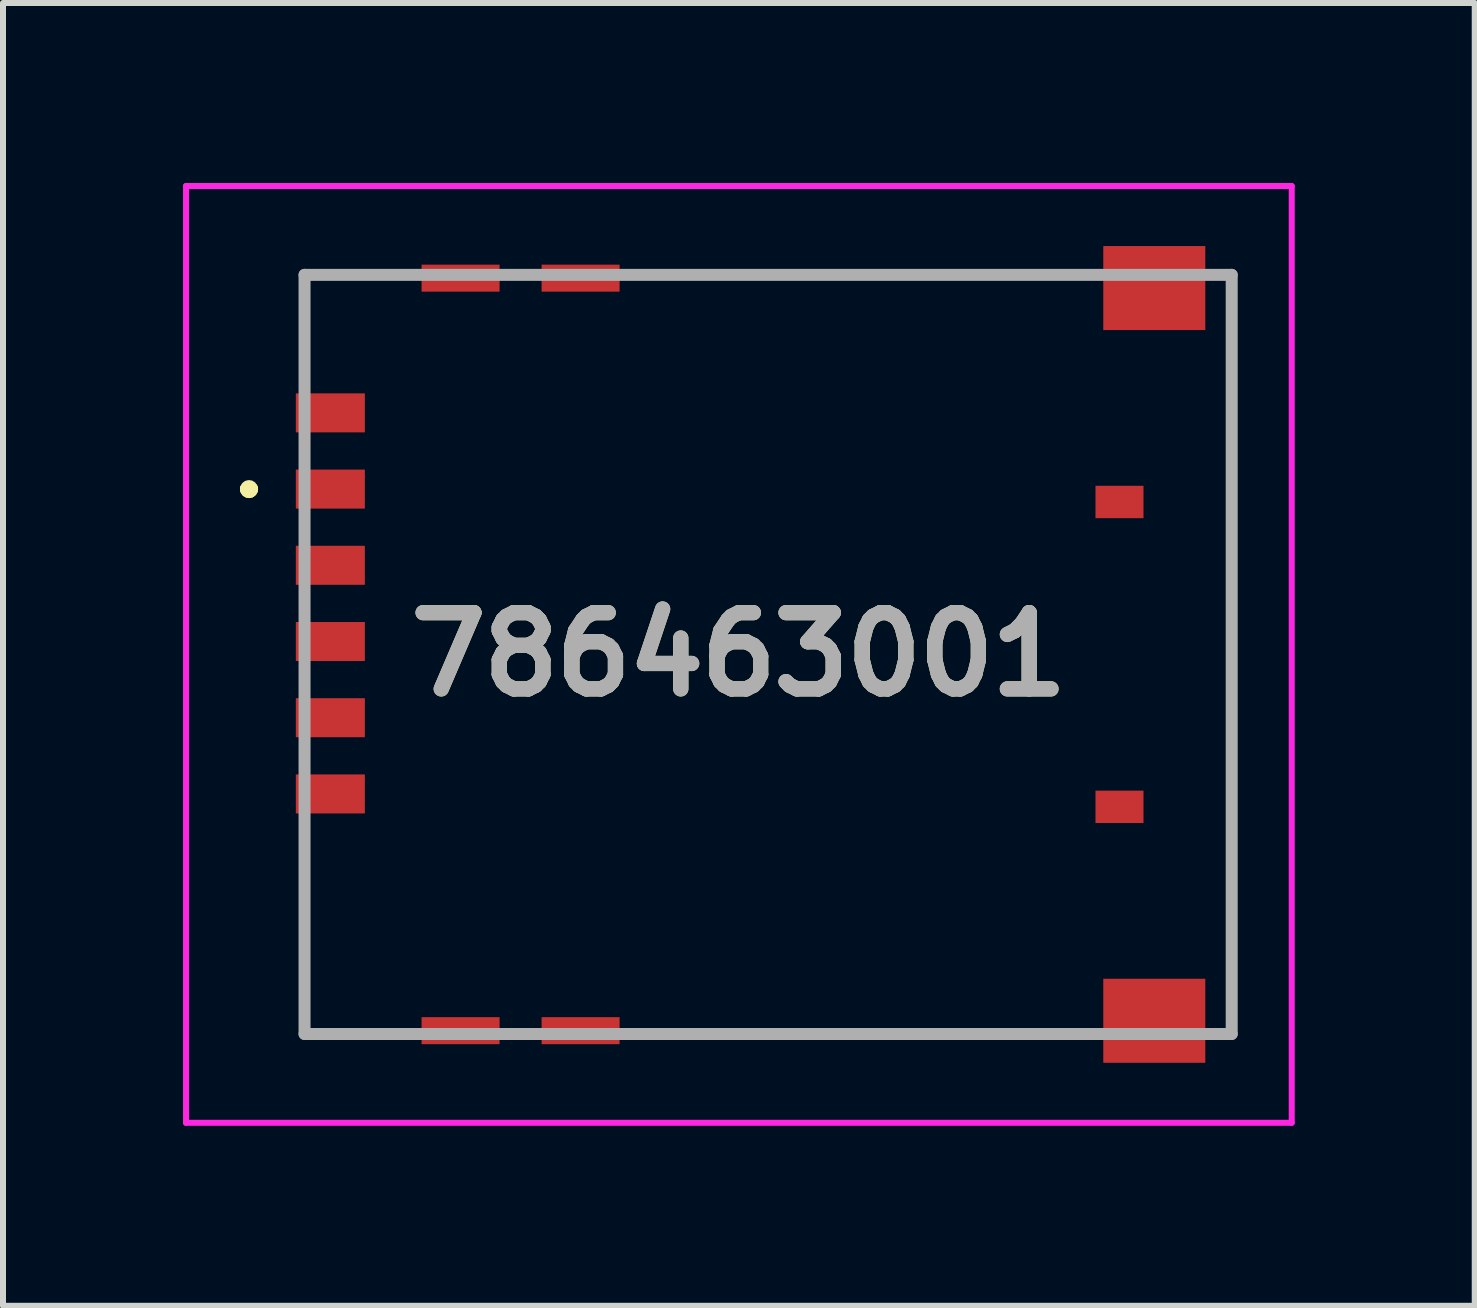
<source format=kicad_pcb>
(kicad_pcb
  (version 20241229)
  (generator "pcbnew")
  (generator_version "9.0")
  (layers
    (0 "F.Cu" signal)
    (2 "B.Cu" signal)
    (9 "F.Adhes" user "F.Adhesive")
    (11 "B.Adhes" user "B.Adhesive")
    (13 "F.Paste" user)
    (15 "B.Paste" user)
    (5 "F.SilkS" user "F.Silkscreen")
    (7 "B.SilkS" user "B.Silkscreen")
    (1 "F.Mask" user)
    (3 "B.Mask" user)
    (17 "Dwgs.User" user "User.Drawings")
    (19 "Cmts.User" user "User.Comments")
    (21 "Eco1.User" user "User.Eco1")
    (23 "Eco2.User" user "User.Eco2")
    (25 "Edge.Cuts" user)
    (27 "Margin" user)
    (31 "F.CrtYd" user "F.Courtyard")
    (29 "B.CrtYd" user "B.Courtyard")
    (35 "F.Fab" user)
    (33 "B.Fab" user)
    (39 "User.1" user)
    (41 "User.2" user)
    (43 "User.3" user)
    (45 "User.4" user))
  (footprint "786463001"
    (layer "F.Cu")
    (at 9.75 7.855)
    (property "Reference" "786463001" (at -0.488 0 0) (layer "F.SilkS") (effects (font (size 1.27 1.27) (thickness 0.254))))
    (attr smd)
    (fp_line (start -8.7 -2.755) (end -8.7 -2.755) (stroke (width 0.2) (type solid)) (layer "F.SilkS"))
    (fp_line (start -8.7 -2.755) (end -8.7 -2.755) (stroke (width 0.2) (type solid)) (layer "F.SilkS"))
    (fp_line (start -8.6 -2.755) (end -8.6 -2.755) (stroke (width 0.2) (type solid)) (layer "F.SilkS"))
    (fp_line (start -7.75 6.325) (end -7.75 6.325) (stroke (width 0.1) (type solid)) (layer "F.SilkS"))
    (fp_line (start -7.75 6.325) (end -6.5 6.325) (stroke (width 0.1) (type solid)) (layer "F.SilkS"))
    (fp_line (start -7.725 -6.325) (end -7.725 -6.325) (stroke (width 0.1) (type solid)) (layer "F.SilkS"))
    (fp_line (start -7.725 -6.325) (end -7.725 -6.325) (stroke (width 0.1) (type solid)) (layer "F.SilkS"))
    (fp_line (start -7.725 -6.325) (end -7.725 -5) (stroke (width 0.1) (type solid)) (layer "F.SilkS"))
    (fp_line (start -7.725 -6.325) (end -6.5 -6.325) (stroke (width 0.1) (type solid)) (layer "F.SilkS"))
    (fp_line (start -7.725 -5) (end -7.725 -6.325) (stroke (width 0.1) (type solid)) (layer "F.SilkS"))
    (fp_line (start -7.725 -5) (end -7.725 -5) (stroke (width 0.1) (type solid)) (layer "F.SilkS"))
    (fp_line (start -7.725 3.25) (end -7.725 3.25) (stroke (width 0.1) (type solid)) (layer "F.SilkS"))
    (fp_line (start -7.725 3.25) (end -7.725 6.325) (stroke (width 0.1) (type solid)) (layer "F.SilkS"))
    (fp_line (start -7.725 6.325) (end -7.725 3.25) (stroke (width 0.1) (type solid)) (layer "F.SilkS"))
    (fp_line (start -7.725 6.325) (end -7.725 6.325) (stroke (width 0.1) (type solid)) (layer "F.SilkS"))
    (fp_line (start -6.5 -6.325) (end -7.725 -6.325) (stroke (width 0.1) (type solid)) (layer "F.SilkS"))
    (fp_line (start -6.5 -6.325) (end -6.5 -6.325) (stroke (width 0.1) (type solid)) (layer "F.SilkS"))
    (fp_line (start -6.5 6.325) (end -7.75 6.325) (stroke (width 0.1) (type solid)) (layer "F.SilkS"))
    (fp_line (start -6.5 6.325) (end -6.5 6.325) (stroke (width 0.1) (type solid)) (layer "F.SilkS"))
    (fp_line (start -1.75 -6.325) (end -1.75 -6.325) (stroke (width 0.1) (type solid)) (layer "F.SilkS"))
    (fp_line (start -1.75 -6.325) (end 5 -6.325) (stroke (width 0.1) (type solid)) (layer "F.SilkS"))
    (fp_line (start -1.75 6.325) (end -1.75 6.325) (stroke (width 0.1) (type solid)) (layer "F.SilkS"))
    (fp_line (start -1.75 6.325) (end 5 6.325) (stroke (width 0.1) (type solid)) (layer "F.SilkS"))
    (fp_line (start 5 -6.325) (end -1.75 -6.325) (stroke (width 0.1) (type solid)) (layer "F.SilkS"))
    (fp_line (start 5 -6.325) (end 5 -6.325) (stroke (width 0.1) (type solid)) (layer "F.SilkS"))
    (fp_line (start 5 6.325) (end -1.75 6.325) (stroke (width 0.1) (type solid)) (layer "F.SilkS"))
    (fp_line (start 5 6.325) (end 5 6.325) (stroke (width 0.1) (type solid)) (layer "F.SilkS"))
    (fp_line (start 7.725 -4.75) (end 7.725 -4.75) (stroke (width 0.1) (type solid)) (layer "F.SilkS"))
    (fp_line (start 7.725 -4.75) (end 7.725 4.75) (stroke (width 0.1) (type solid)) (layer "F.SilkS"))
    (fp_line (start 7.725 4.75) (end 7.725 -4.75) (stroke (width 0.1) (type solid)) (layer "F.SilkS"))
    (fp_line (start 7.725 4.75) (end 7.725 4.75) (stroke (width 0.1) (type solid)) (layer "F.SilkS"))
    (fp_arc (start -8.7 -2.755) (mid -8.65 -2.805) (end -8.6 -2.755) (stroke (width 0.2) (type solid)) (layer "F.SilkS"))
    (fp_arc (start -8.6 -2.755) (mid -8.65 -2.705) (end -8.7 -2.755) (stroke (width 0.2) (type solid)) (layer "F.SilkS"))
    (fp_arc (start -8.6 -2.755) (mid -8.65 -2.705) (end -8.7 -2.755) (stroke (width 0.2) (type solid)) (layer "F.SilkS"))
    (fp_line (start -9.7 -7.805) (end 8.725 -7.805) (stroke (width 0.1) (type solid)) (layer "F.CrtYd"))
    (fp_line (start -9.7 7.805) (end -9.7 -7.805) (stroke (width 0.1) (type solid)) (layer "F.CrtYd"))
    (fp_line (start 8.725 -7.805) (end 8.725 7.805) (stroke (width 0.1) (type solid)) (layer "F.CrtYd"))
    (fp_line (start 8.725 7.805) (end -9.7 7.805) (stroke (width 0.1) (type solid)) (layer "F.CrtYd"))
    (fp_line (start -7.725 -6.325) (end -7.725 6.325) (stroke (width 0.2) (type solid)) (layer "F.Fab"))
    (fp_line (start -7.725 6.325) (end 7.725 6.325) (stroke (width 0.2) (type solid)) (layer "F.Fab"))
    (fp_line (start 7.725 -6.325) (end -7.725 -6.325) (stroke (width 0.2) (type solid)) (layer "F.Fab"))
    (fp_line (start 7.725 6.325) (end 7.725 -6.325) (stroke (width 0.2) (type solid)) (layer "F.Fab"))
    (fp_text user "${REFERENCE}" (at -0.488 0 0) (layer "F.Fab") (effects (font (size 1.27 1.27) (thickness 0.254))))
    (pad "C1" smd rect (at -7.295 -2.755 90) (size 0.65 1.15) (layers "F.Cu" "F.Mask" "F.Paste"))
    (pad "C2" smd rect (at -7.295 -0.215 90) (size 0.65 1.15) (layers "F.Cu" "F.Mask" "F.Paste"))
    (pad "C3" smd rect (at -7.295 2.325 90) (size 0.65 1.15) (layers "F.Cu" "F.Mask" "F.Paste"))
    (pad "C5" smd rect (at -7.295 -4.025 90) (size 0.65 1.15) (layers "F.Cu" "F.Mask" "F.Paste"))
    (pad "C6" smd rect (at -7.295 -1.485 90) (size 0.65 1.15) (layers "F.Cu" "F.Mask" "F.Paste"))
    (pad "C7" smd rect (at -7.295 1.055 90) (size 0.65 1.15) (layers "F.Cu" "F.Mask" "F.Paste"))
    (pad "G1" smd rect (at -5.125 -6.27 90) (size 0.45 1.3) (layers "F.Cu" "F.Mask" "F.Paste"))
    (pad "G2" smd rect (at -3.125 -6.27 90) (size 0.45 1.3) (layers "F.Cu" "F.Mask" "F.Paste"))
    (pad "G3" smd rect (at 6.435 -6.105 90) (size 1.4 1.7) (layers "F.Cu" "F.Mask" "F.Paste"))
    (pad "G4" smd rect (at 6.435 6.105 90) (size 1.4 1.7) (layers "F.Cu" "F.Mask" "F.Paste"))
    (pad "G5" smd rect (at -3.125 6.27 90) (size 0.45 1.3) (layers "F.Cu" "F.Mask" "F.Paste"))
    (pad "G6" smd rect (at -5.125 6.27 90) (size 0.45 1.3) (layers "F.Cu" "F.Mask" "F.Paste"))
    (pad "X1" smd rect (at 5.855 -2.54 90) (size 0.54 0.8) (layers "F.Cu" "F.Mask" "F.Paste"))
    (pad "X2" smd rect (at 5.855 2.54 90) (size 0.54 0.8) (layers "F.Cu" "F.Mask" "F.Paste")))
  (gr_rect
    (start -3 -3)
    (end 21.525 18.71)
    (stroke (width 0.1) (type default))
    (fill no)
    (layer "Edge.Cuts")))
</source>
